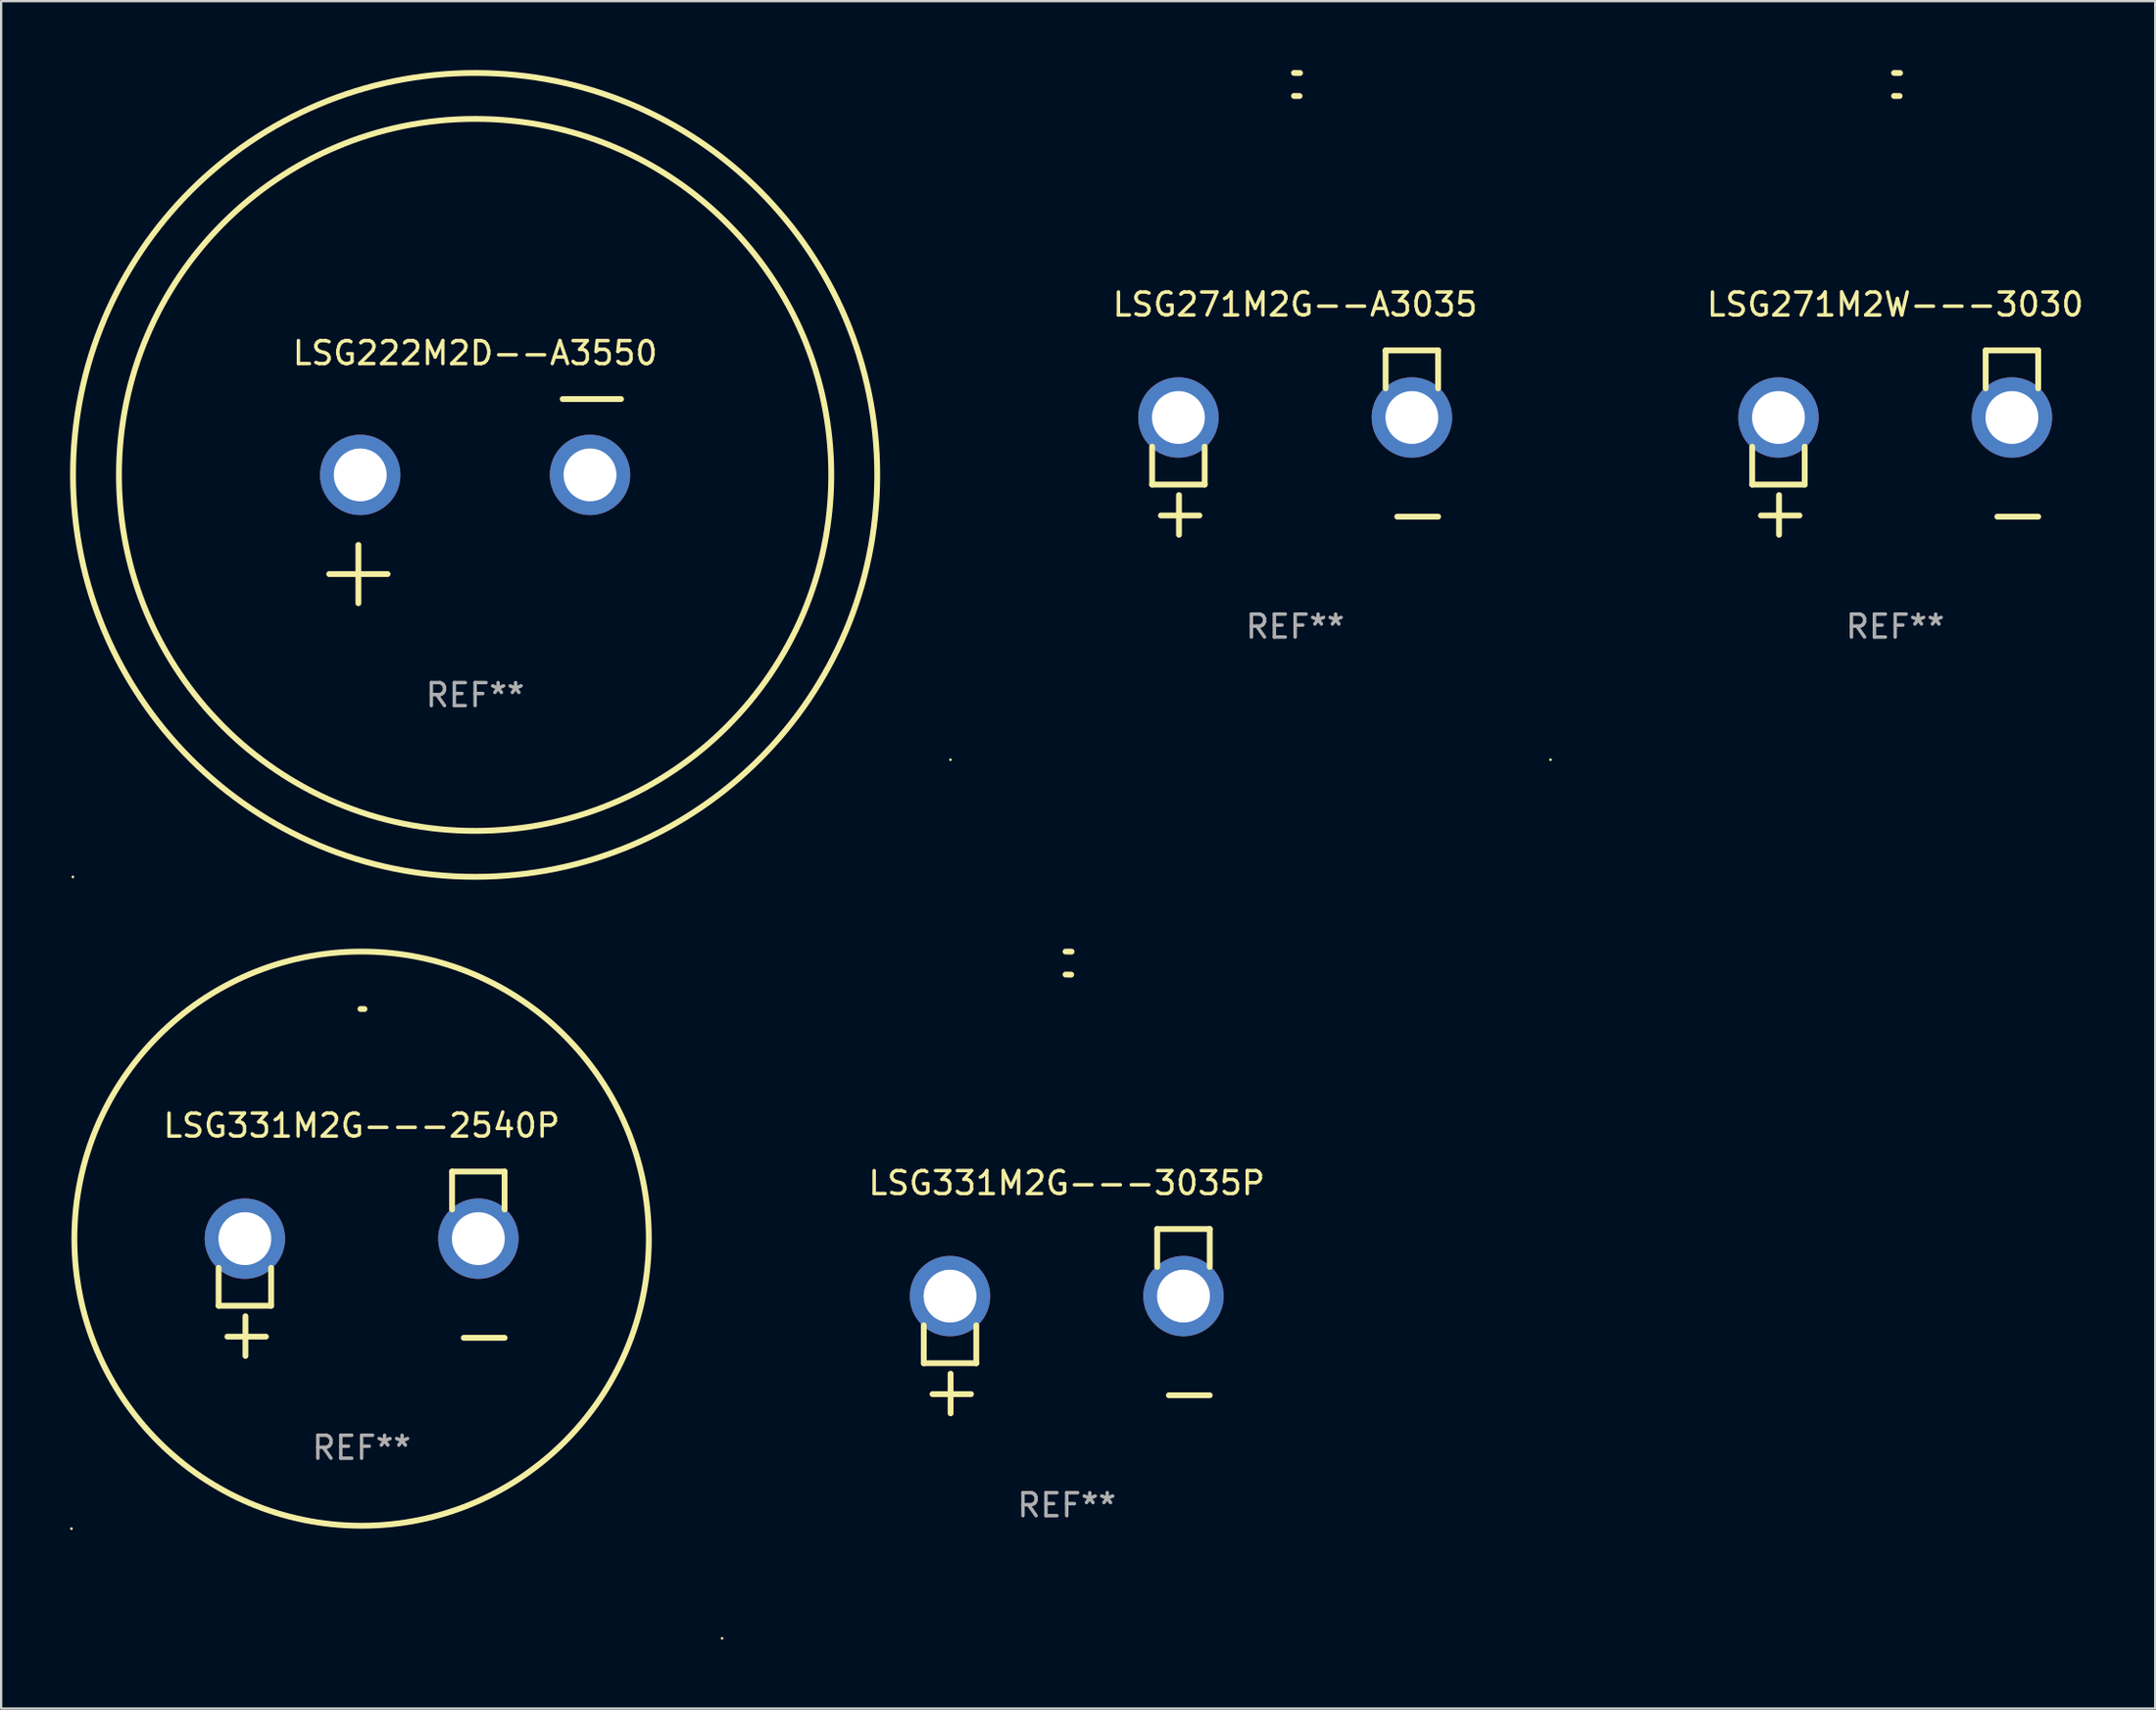
<source format=kicad_pcb>
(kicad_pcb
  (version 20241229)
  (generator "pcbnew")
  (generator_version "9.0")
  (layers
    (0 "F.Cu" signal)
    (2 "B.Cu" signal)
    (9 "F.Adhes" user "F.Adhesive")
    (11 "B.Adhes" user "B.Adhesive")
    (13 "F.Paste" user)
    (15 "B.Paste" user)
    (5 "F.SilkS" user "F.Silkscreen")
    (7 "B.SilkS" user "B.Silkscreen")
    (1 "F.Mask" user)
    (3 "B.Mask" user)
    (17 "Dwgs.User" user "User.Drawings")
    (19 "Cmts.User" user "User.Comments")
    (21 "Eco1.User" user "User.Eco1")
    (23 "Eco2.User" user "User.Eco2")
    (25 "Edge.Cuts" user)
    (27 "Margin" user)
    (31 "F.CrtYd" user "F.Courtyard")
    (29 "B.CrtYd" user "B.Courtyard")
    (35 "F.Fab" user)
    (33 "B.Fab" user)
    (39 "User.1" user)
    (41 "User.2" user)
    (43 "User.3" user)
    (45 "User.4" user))
  (footprint "LSG331M2G---3035P"
    (layer "F.Cu")
    (at 43.374 54.475)
    (property "Reference" "LSG331M2G---3035P" (at 0 -6.013 0) (layer "F.SilkS") (effects (font (size 1 1) (thickness 0.15))))
    (attr through_hole)
    (fp_line (start -6.223 0.178) (end -6.223 1.829) (stroke (width 0.254) (type solid)) (layer "F.SilkS"))
    (fp_line (start -6.223 1.829) (end -3.937 1.829) (stroke (width 0.254) (type solid)) (layer "F.SilkS"))
    (fp_line (start -5.055 4.013) (end -5.055 2.286) (stroke (width 0.254) (type solid)) (layer "F.SilkS"))
    (fp_line (start -4.166 3.175) (end -5.842 3.175) (stroke (width 0.254) (type solid)) (layer "F.SilkS"))
    (fp_line (start -3.937 1.829) (end -3.937 0.178) (stroke (width 0.254) (type solid)) (layer "F.SilkS"))
    (fp_line (start 3.937 -4.013) (end 3.937 -2.362) (stroke (width 0.254) (type solid)) (layer "F.SilkS"))
    (fp_line (start 6.223 -4.013) (end 3.937 -4.013) (stroke (width 0.254) (type solid)) (layer "F.SilkS"))
    (fp_line (start 6.223 -2.362) (end 6.223 -4.013) (stroke (width 0.254) (type solid)) (layer "F.SilkS"))
    (fp_line (start 6.223 3.226) (end 4.445 3.226) (stroke (width 0.254) (type solid)) (layer "F.SilkS"))
    (fp_arc (start -0.0508 -16.093472) (mid 0.080016 -16.092762) (end 0.210821 -16.090932) (stroke (width 0.254001) (type solid)) (layer "F.SilkS"))
    (fp_arc (start -0.0508 -15.09271) (mid 0.071125 -15.091961) (end 0.19304 -15.09017) (stroke (width 0.254001) (type solid)) (layer "F.SilkS"))
    (fp_circle (center -15 13.808) (end -14.97 13.808) (stroke (width 0.06) (type solid)) (fill no) (layer "F.SilkS"))
    (fp_text user "REF**" (at 0 8.013 0) (layer "F.Fab") (effects (font (size 1 1) (thickness 0.15))))
    (pad "1" thru_hole circle (at -5.08 -1.092) (size 3.5 3.5) (drill 2.3) (layers "*.Cu" "*.Mask"))
    (pad "2" thru_hole circle (at 5.08 -1.092) (size 3.5 3.5) (drill 2.3) (layers "*.Cu" "*.Mask")))
  (footprint "LSG222M2D--A3550"
    (layer "F.Cu")
    (at 17.627 18.77)
    (property "Reference" "LSG222M2D--A3550" (at 0 -6.445 0) (layer "F.SilkS") (effects (font (size 1 1) (thickness 0.15))))
    (attr through_hole)
    (fp_line (start -6.35 3.175) (end -3.81 3.175) (stroke (width 0.254) (type solid)) (layer "F.SilkS"))
    (fp_line (start -5.08 1.905) (end -5.08 4.445) (stroke (width 0.254) (type solid)) (layer "F.SilkS"))
    (fp_line (start 3.81 -4.445) (end 6.35 -4.445) (stroke (width 0.254) (type solid)) (layer "F.SilkS"))
    (fp_circle (center -17.505 16.362) (end -17.475 16.362) (stroke (width 0.06) (type solid)) (fill no) (layer "F.SilkS"))
    (fp_circle (center 0 -1.143) (end 15.5 -1.143) (stroke (width 0.254) (type solid)) (fill no) (layer "F.SilkS"))
    (fp_circle (center 0 -1.143) (end 17.5 -1.143) (stroke (width 0.254) (type solid)) (fill no) (layer "F.SilkS"))
    (fp_text user "REF**" (at 0 8.445 0) (layer "F.Fab") (effects (font (size 1 1) (thickness 0.15))))
    (pad "1" thru_hole circle (at -5 -1.143) (size 3.5 3.5) (drill 2.3) (layers "*.Cu" "*.Mask"))
    (pad "2" thru_hole circle (at 5 -1.143) (size 3.5 3.5) (drill 2.3) (layers "*.Cu" "*.Mask")))
  (footprint "LSG331M2G---2540P"
    (layer "F.Cu")
    (at 12.687 51.973)
    (property "Reference" "LSG331M2G---2540P" (at 0 -6.013 0) (layer "F.SilkS") (effects (font (size 1 1) (thickness 0.15))))
    (attr through_hole)
    (fp_line (start -6.223 0.178) (end -6.223 1.829) (stroke (width 0.254) (type solid)) (layer "F.SilkS"))
    (fp_line (start -6.223 1.829) (end -3.937 1.829) (stroke (width 0.254) (type solid)) (layer "F.SilkS"))
    (fp_line (start -5.055 4.013) (end -5.055 2.286) (stroke (width 0.254) (type solid)) (layer "F.SilkS"))
    (fp_line (start -4.166 3.175) (end -5.842 3.175) (stroke (width 0.254) (type solid)) (layer "F.SilkS"))
    (fp_line (start -3.937 1.829) (end -3.937 0.178) (stroke (width 0.254) (type solid)) (layer "F.SilkS"))
    (fp_line (start 3.937 -4.013) (end 3.937 -2.362) (stroke (width 0.254) (type solid)) (layer "F.SilkS"))
    (fp_line (start 6.223 -4.013) (end 3.937 -4.013) (stroke (width 0.254) (type solid)) (layer "F.SilkS"))
    (fp_line (start 6.223 -2.362) (end 6.223 -4.013) (stroke (width 0.254) (type solid)) (layer "F.SilkS"))
    (fp_line (start 6.223 3.226) (end 4.445 3.226) (stroke (width 0.254) (type solid)) (layer "F.SilkS"))
    (fp_arc (start -0.0508 -11.092202) (mid 0.036835 -11.091307) (end 0.12446 -11.089662) (stroke (width 0.254001) (type solid)) (layer "F.SilkS"))
    (fp_circle (center -12.627 11.535) (end -12.597 11.535) (stroke (width 0.06) (type solid)) (fill no) (layer "F.SilkS"))
    (fp_circle (center 0 -1.092) (end 12.5 -1.092) (stroke (width 0.254) (type solid)) (fill no) (layer "F.SilkS"))
    (fp_text user "REF**" (at 0 8.013 0) (layer "F.Fab") (effects (font (size 1 1) (thickness 0.15))))
    (pad "1" thru_hole circle (at -5.08 -1.092) (size 3.5 3.5) (drill 2.3) (layers "*.Cu" "*.Mask"))
    (pad "2" thru_hole circle (at 5.08 -1.092) (size 3.5 3.5) (drill 2.3) (layers "*.Cu" "*.Mask")))
  (footprint "LSG271M2W---3030"
    (layer "F.Cu")
    (at 79.428 16.22)
    (property "Reference" "LSG271M2W---3030" (at 0 -6.013 0) (layer "F.SilkS") (effects (font (size 1 1) (thickness 0.15))))
    (attr through_hole)
    (fp_line (start -6.223 0.178) (end -6.223 1.829) (stroke (width 0.254) (type solid)) (layer "F.SilkS"))
    (fp_line (start -6.223 1.829) (end -3.937 1.829) (stroke (width 0.254) (type solid)) (layer "F.SilkS"))
    (fp_line (start -5.055 4.013) (end -5.055 2.286) (stroke (width 0.254) (type solid)) (layer "F.SilkS"))
    (fp_line (start -4.166 3.175) (end -5.842 3.175) (stroke (width 0.254) (type solid)) (layer "F.SilkS"))
    (fp_line (start -3.937 1.829) (end -3.937 0.178) (stroke (width 0.254) (type solid)) (layer "F.SilkS"))
    (fp_line (start 3.937 -4.013) (end 3.937 -2.362) (stroke (width 0.254) (type solid)) (layer "F.SilkS"))
    (fp_line (start 6.223 -4.013) (end 3.937 -4.013) (stroke (width 0.254) (type solid)) (layer "F.SilkS"))
    (fp_line (start 6.223 -2.362) (end 6.223 -4.013) (stroke (width 0.254) (type solid)) (layer "F.SilkS"))
    (fp_line (start 6.223 3.226) (end 4.445 3.226) (stroke (width 0.254) (type solid)) (layer "F.SilkS"))
    (fp_arc (start -0.0508 -16.093472) (mid 0.080016 -16.092762) (end 0.210821 -16.090932) (stroke (width 0.254001) (type solid)) (layer "F.SilkS"))
    (fp_arc (start -0.0508 -15.09271) (mid 0.071125 -15.091961) (end 0.19304 -15.09017) (stroke (width 0.254001) (type solid)) (layer "F.SilkS"))
    (fp_circle (center -15 13.808) (end -14.97 13.808) (stroke (width 0.06) (type solid)) (fill no) (layer "F.SilkS"))
    (fp_text user "REF**" (at 0 8.013 0) (layer "F.Fab") (effects (font (size 1 1) (thickness 0.15))))
    (pad "1" thru_hole circle (at -5.08 -1.092) (size 3.5 3.5) (drill 2.3) (layers "*.Cu" "*.Mask"))
    (pad "2" thru_hole circle (at 5.08 -1.092) (size 3.5 3.5) (drill 2.3) (layers "*.Cu" "*.Mask")))
  (footprint "LSG271M2G--A3035"
    (layer "F.Cu")
    (at 53.314 16.22)
    (property "Reference" "LSG271M2G--A3035" (at 0 -6.013 0) (layer "F.SilkS") (effects (font (size 1 1) (thickness 0.15))))
    (attr through_hole)
    (fp_line (start -6.223 0.178) (end -6.223 1.829) (stroke (width 0.254) (type solid)) (layer "F.SilkS"))
    (fp_line (start -6.223 1.829) (end -3.937 1.829) (stroke (width 0.254) (type solid)) (layer "F.SilkS"))
    (fp_line (start -5.055 4.013) (end -5.055 2.286) (stroke (width 0.254) (type solid)) (layer "F.SilkS"))
    (fp_line (start -4.166 3.175) (end -5.842 3.175) (stroke (width 0.254) (type solid)) (layer "F.SilkS"))
    (fp_line (start -3.937 1.829) (end -3.937 0.178) (stroke (width 0.254) (type solid)) (layer "F.SilkS"))
    (fp_line (start 3.937 -4.013) (end 3.937 -2.362) (stroke (width 0.254) (type solid)) (layer "F.SilkS"))
    (fp_line (start 6.223 -4.013) (end 3.937 -4.013) (stroke (width 0.254) (type solid)) (layer "F.SilkS"))
    (fp_line (start 6.223 -2.362) (end 6.223 -4.013) (stroke (width 0.254) (type solid)) (layer "F.SilkS"))
    (fp_line (start 6.223 3.226) (end 4.445 3.226) (stroke (width 0.254) (type solid)) (layer "F.SilkS"))
    (fp_arc (start -0.0508 -16.093472) (mid 0.080016 -16.092762) (end 0.210821 -16.090932) (stroke (width 0.254001) (type solid)) (layer "F.SilkS"))
    (fp_arc (start -0.0508 -15.09271) (mid 0.071125 -15.091961) (end 0.19304 -15.09017) (stroke (width 0.254001) (type solid)) (layer "F.SilkS"))
    (fp_circle (center -15 13.808) (end -14.97 13.808) (stroke (width 0.06) (type solid)) (fill no) (layer "F.SilkS"))
    (fp_text user "REF**" (at 0 8.013 0) (layer "F.Fab") (effects (font (size 1 1) (thickness 0.15))))
    (pad "1" thru_hole circle (at -5.08 -1.092) (size 3.5 3.5) (drill 2.3) (layers "*.Cu" "*.Mask"))
    (pad "2" thru_hole circle (at 5.08 -1.092) (size 3.5 3.5) (drill 2.3) (layers "*.Cu" "*.Mask")))
  (gr_rect
    (start -3 -3)
    (end 90.743 71.343)
    (stroke (width 0.1) (type default))
    (fill no)
    (layer "Edge.Cuts")))
</source>
